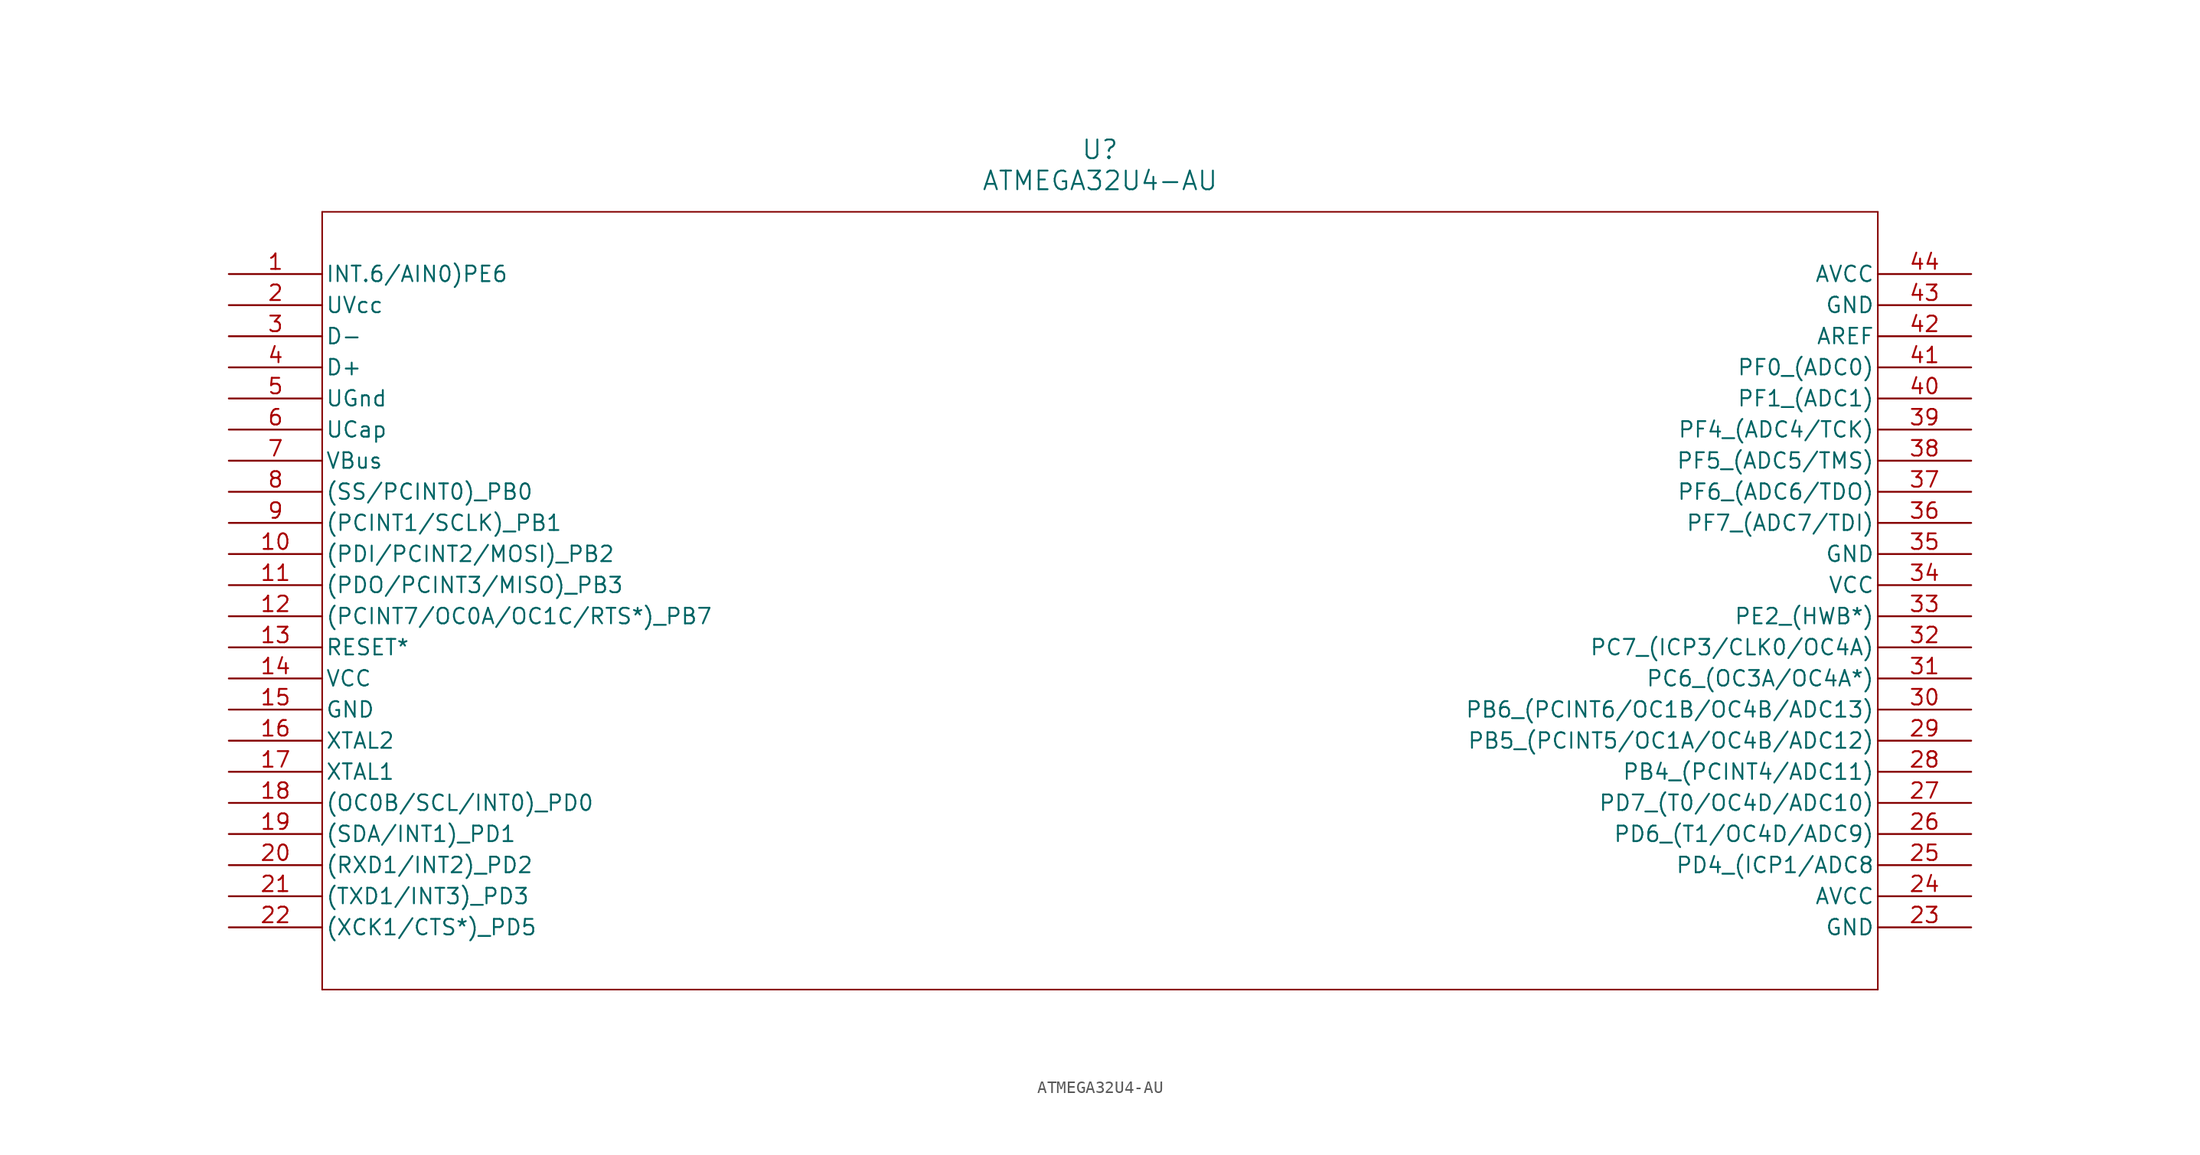
<source format=kicad_sym>
(kicad_symbol_lib
  (version 20211014)
  (generator kicad_symbol_editor)
  (symbol "ATMEGA32U4-AU"
    (pin_names
      (offset 0.254))
    (property "Reference" "U"
      (at 71.12 10.16 0)
      (effects (font (size 1.524 1.524))))
    (property "Value" "ATMEGA32U4-AU"
      (at 71.12 7.62 0)
      (effects (font (size 1.524 1.524))))
    (symbol "ATMEGA32U4-AU_0_1"
      (polyline (pts (xy 7.62 5.08) (xy 7.62 -58.42)) (stroke (width 0.127) (type default) (color 0 0 0 0)) (fill (type none)))
      (polyline (pts (xy 7.62 -58.42) (xy 134.62 -58.42)) (stroke (width 0.127) (type default) (color 0 0 0 0)) (fill (type none)))
      (polyline (pts (xy 134.62 -58.42) (xy 134.62 5.08)) (stroke (width 0.127) (type default) (color 0 0 0 0)) (fill (type none)))
      (polyline (pts (xy 134.62 5.08) (xy 7.62 5.08)) (stroke (width 0.127) (type default) (color 0 0 0 0)) (fill (type none)))
      (pin bidirectional line (at 0 0 0) (length 7.62) (name "INT.6/AIN0)PE6" (effects (font (size 1.27 1.27)))) (number "1" (effects (font (size 1.27 1.27)))))
      (pin power_in line (at 0 -2.54 0) (length 7.62) (name "UVcc" (effects (font (size 1.27 1.27)))) (number "2" (effects (font (size 1.27 1.27)))))
      (pin unspecified line (at 0 -5.08 0) (length 7.62) (name "D-" (effects (font (size 1.27 1.27)))) (number "3" (effects (font (size 1.27 1.27)))))
      (pin unspecified line (at 0 -7.62 0) (length 7.62) (name "D+" (effects (font (size 1.27 1.27)))) (number "4" (effects (font (size 1.27 1.27)))))
      (pin power_in line (at 0 -10.16 0) (length 7.62) (name "UGnd" (effects (font (size 1.27 1.27)))) (number "5" (effects (font (size 1.27 1.27)))))
      (pin power_in line (at 0 -12.7 0) (length 7.62) (name "UCap" (effects (font (size 1.27 1.27)))) (number "6" (effects (font (size 1.27 1.27)))))
      (pin power_in line (at 0 -15.24 0) (length 7.62) (name "VBus" (effects (font (size 1.27 1.27)))) (number "7" (effects (font (size 1.27 1.27)))))
      (pin bidirectional line (at 0 -17.78 0) (length 7.62) (name "(SS/PCINT0) PB0" (effects (font (size 1.27 1.27)))) (number "8" (effects (font (size 1.27 1.27)))))
      (pin bidirectional line (at 0 -20.32 0) (length 7.62) (name "(PCINT1/SCLK) PB1" (effects (font (size 1.27 1.27)))) (number "9" (effects (font (size 1.27 1.27)))))
      (pin bidirectional line (at 0 -22.86 0) (length 7.62) (name "(PDI/PCINT2/MOSI) PB2" (effects (font (size 1.27 1.27)))) (number "10" (effects (font (size 1.27 1.27)))))
      (pin bidirectional line (at 0 -25.4 0) (length 7.62) (name "(PDO/PCINT3/MISO) PB3" (effects (font (size 1.27 1.27)))) (number "11" (effects (font (size 1.27 1.27)))))
      (pin bidirectional line (at 0 -27.94 0) (length 7.62) (name "(PCINT7/OC0A/OC1C/RTS*) PB7" (effects (font (size 1.27 1.27)))) (number "12" (effects (font (size 1.27 1.27)))))
      (pin input line (at 0 -30.48 0) (length 7.62) (name "RESET*" (effects (font (size 1.27 1.27)))) (number "13" (effects (font (size 1.27 1.27)))))
      (pin power_in line (at 0 -33.02 0) (length 7.62) (name "VCC" (effects (font (size 1.27 1.27)))) (number "14" (effects (font (size 1.27 1.27)))))
      (pin power_in line (at 0 -35.56 0) (length 7.62) (name "GND" (effects (font (size 1.27 1.27)))) (number "15" (effects (font (size 1.27 1.27)))))
      (pin output line (at 0 -38.1 0) (length 7.62) (name "XTAL2" (effects (font (size 1.27 1.27)))) (number "16" (effects (font (size 1.27 1.27)))))
      (pin input line (at 0 -40.64 0) (length 7.62) (name "XTAL1" (effects (font (size 1.27 1.27)))) (number "17" (effects (font (size 1.27 1.27)))))
      (pin bidirectional line (at 0 -43.18 0) (length 7.62) (name "(OC0B/SCL/INT0) PD0" (effects (font (size 1.27 1.27)))) (number "18" (effects (font (size 1.27 1.27)))))
      (pin bidirectional line (at 0 -45.72 0) (length 7.62) (name "(SDA/INT1) PD1" (effects (font (size 1.27 1.27)))) (number "19" (effects (font (size 1.27 1.27)))))
      (pin bidirectional line (at 0 -48.26 0) (length 7.62) (name "(RXD1/INT2) PD2" (effects (font (size 1.27 1.27)))) (number "20" (effects (font (size 1.27 1.27)))))
      (pin bidirectional line (at 0 -50.8 0) (length 7.62) (name "(TXD1/INT3) PD3" (effects (font (size 1.27 1.27)))) (number "21" (effects (font (size 1.27 1.27)))))
      (pin bidirectional line (at 0 -53.34 0) (length 7.62) (name "(XCK1/CTS*) PD5" (effects (font (size 1.27 1.27)))) (number "22" (effects (font (size 1.27 1.27)))))
      (pin power_in line (at 142.24 -53.34 180) (length 7.62) (name "GND" (effects (font (size 1.27 1.27)))) (number "23" (effects (font (size 1.27 1.27)))))
      (pin power_in line (at 142.24 -50.8 180) (length 7.62) (name "AVCC" (effects (font (size 1.27 1.27)))) (number "24" (effects (font (size 1.27 1.27)))))
      (pin bidirectional line (at 142.24 -48.26 180) (length 7.62) (name "PD4 (ICP1/ADC8" (effects (font (size 1.27 1.27)))) (number "25" (effects (font (size 1.27 1.27)))))
      (pin bidirectional line (at 142.24 -45.72 180) (length 7.62) (name "PD6 (T1/OC4D/ADC9)" (effects (font (size 1.27 1.27)))) (number "26" (effects (font (size 1.27 1.27)))))
      (pin bidirectional line (at 142.24 -43.18 180) (length 7.62) (name "PD7 (T0/OC4D/ADC10)" (effects (font (size 1.27 1.27)))) (number "27" (effects (font (size 1.27 1.27)))))
      (pin bidirectional line (at 142.24 -40.64 180) (length 7.62) (name "PB4 (PCINT4/ADC11)" (effects (font (size 1.27 1.27)))) (number "28" (effects (font (size 1.27 1.27)))))
      (pin bidirectional line (at 142.24 -38.1 180) (length 7.62) (name "PB5 (PCINT5/OC1A/OC4B/ADC12)" (effects (font (size 1.27 1.27)))) (number "29" (effects (font (size 1.27 1.27)))))
      (pin bidirectional line (at 142.24 -35.56 180) (length 7.62) (name "PB6 (PCINT6/OC1B/OC4B/ADC13)" (effects (font (size 1.27 1.27)))) (number "30" (effects (font (size 1.27 1.27)))))
      (pin bidirectional line (at 142.24 -33.02 180) (length 7.62) (name "PC6 (OC3A/OC4A*)" (effects (font (size 1.27 1.27)))) (number "31" (effects (font (size 1.27 1.27)))))
      (pin bidirectional line (at 142.24 -30.48 180) (length 7.62) (name "PC7 (ICP3/CLK0/OC4A)" (effects (font (size 1.27 1.27)))) (number "32" (effects (font (size 1.27 1.27)))))
      (pin bidirectional line (at 142.24 -27.94 180) (length 7.62) (name "PE2 (HWB*)" (effects (font (size 1.27 1.27)))) (number "33" (effects (font (size 1.27 1.27)))))
      (pin power_in line (at 142.24 -25.4 180) (length 7.62) (name "VCC" (effects (font (size 1.27 1.27)))) (number "34" (effects (font (size 1.27 1.27)))))
      (pin power_in line (at 142.24 -22.86 180) (length 7.62) (name "GND" (effects (font (size 1.27 1.27)))) (number "35" (effects (font (size 1.27 1.27)))))
      (pin bidirectional line (at 142.24 -20.32 180) (length 7.62) (name "PF7 (ADC7/TDI)" (effects (font (size 1.27 1.27)))) (number "36" (effects (font (size 1.27 1.27)))))
      (pin bidirectional line (at 142.24 -17.78 180) (length 7.62) (name "PF6 (ADC6/TDO)" (effects (font (size 1.27 1.27)))) (number "37" (effects (font (size 1.27 1.27)))))
      (pin bidirectional line (at 142.24 -15.24 180) (length 7.62) (name "PF5 (ADC5/TMS)" (effects (font (size 1.27 1.27)))) (number "38" (effects (font (size 1.27 1.27)))))
      (pin bidirectional line (at 142.24 -12.7 180) (length 7.62) (name "PF4 (ADC4/TCK)" (effects (font (size 1.27 1.27)))) (number "39" (effects (font (size 1.27 1.27)))))
      (pin bidirectional line (at 142.24 -10.16 180) (length 7.62) (name "PF1 (ADC1)" (effects (font (size 1.27 1.27)))) (number "40" (effects (font (size 1.27 1.27)))))
      (pin bidirectional line (at 142.24 -7.62 180) (length 7.62) (name "PF0 (ADC0)" (effects (font (size 1.27 1.27)))) (number "41" (effects (font (size 1.27 1.27)))))
      (pin unspecified line (at 142.24 -5.08 180) (length 7.62) (name "AREF" (effects (font (size 1.27 1.27)))) (number "42" (effects (font (size 1.27 1.27)))))
      (pin power_in line (at 142.24 -2.54 180) (length 7.62) (name "GND" (effects (font (size 1.27 1.27)))) (number "43" (effects (font (size 1.27 1.27)))))
      (pin power_in line (at 142.24 0 180) (length 7.62) (name "AVCC" (effects (font (size 1.27 1.27)))) (number "44" (effects (font (size 1.27 1.27))))))))
</source>
